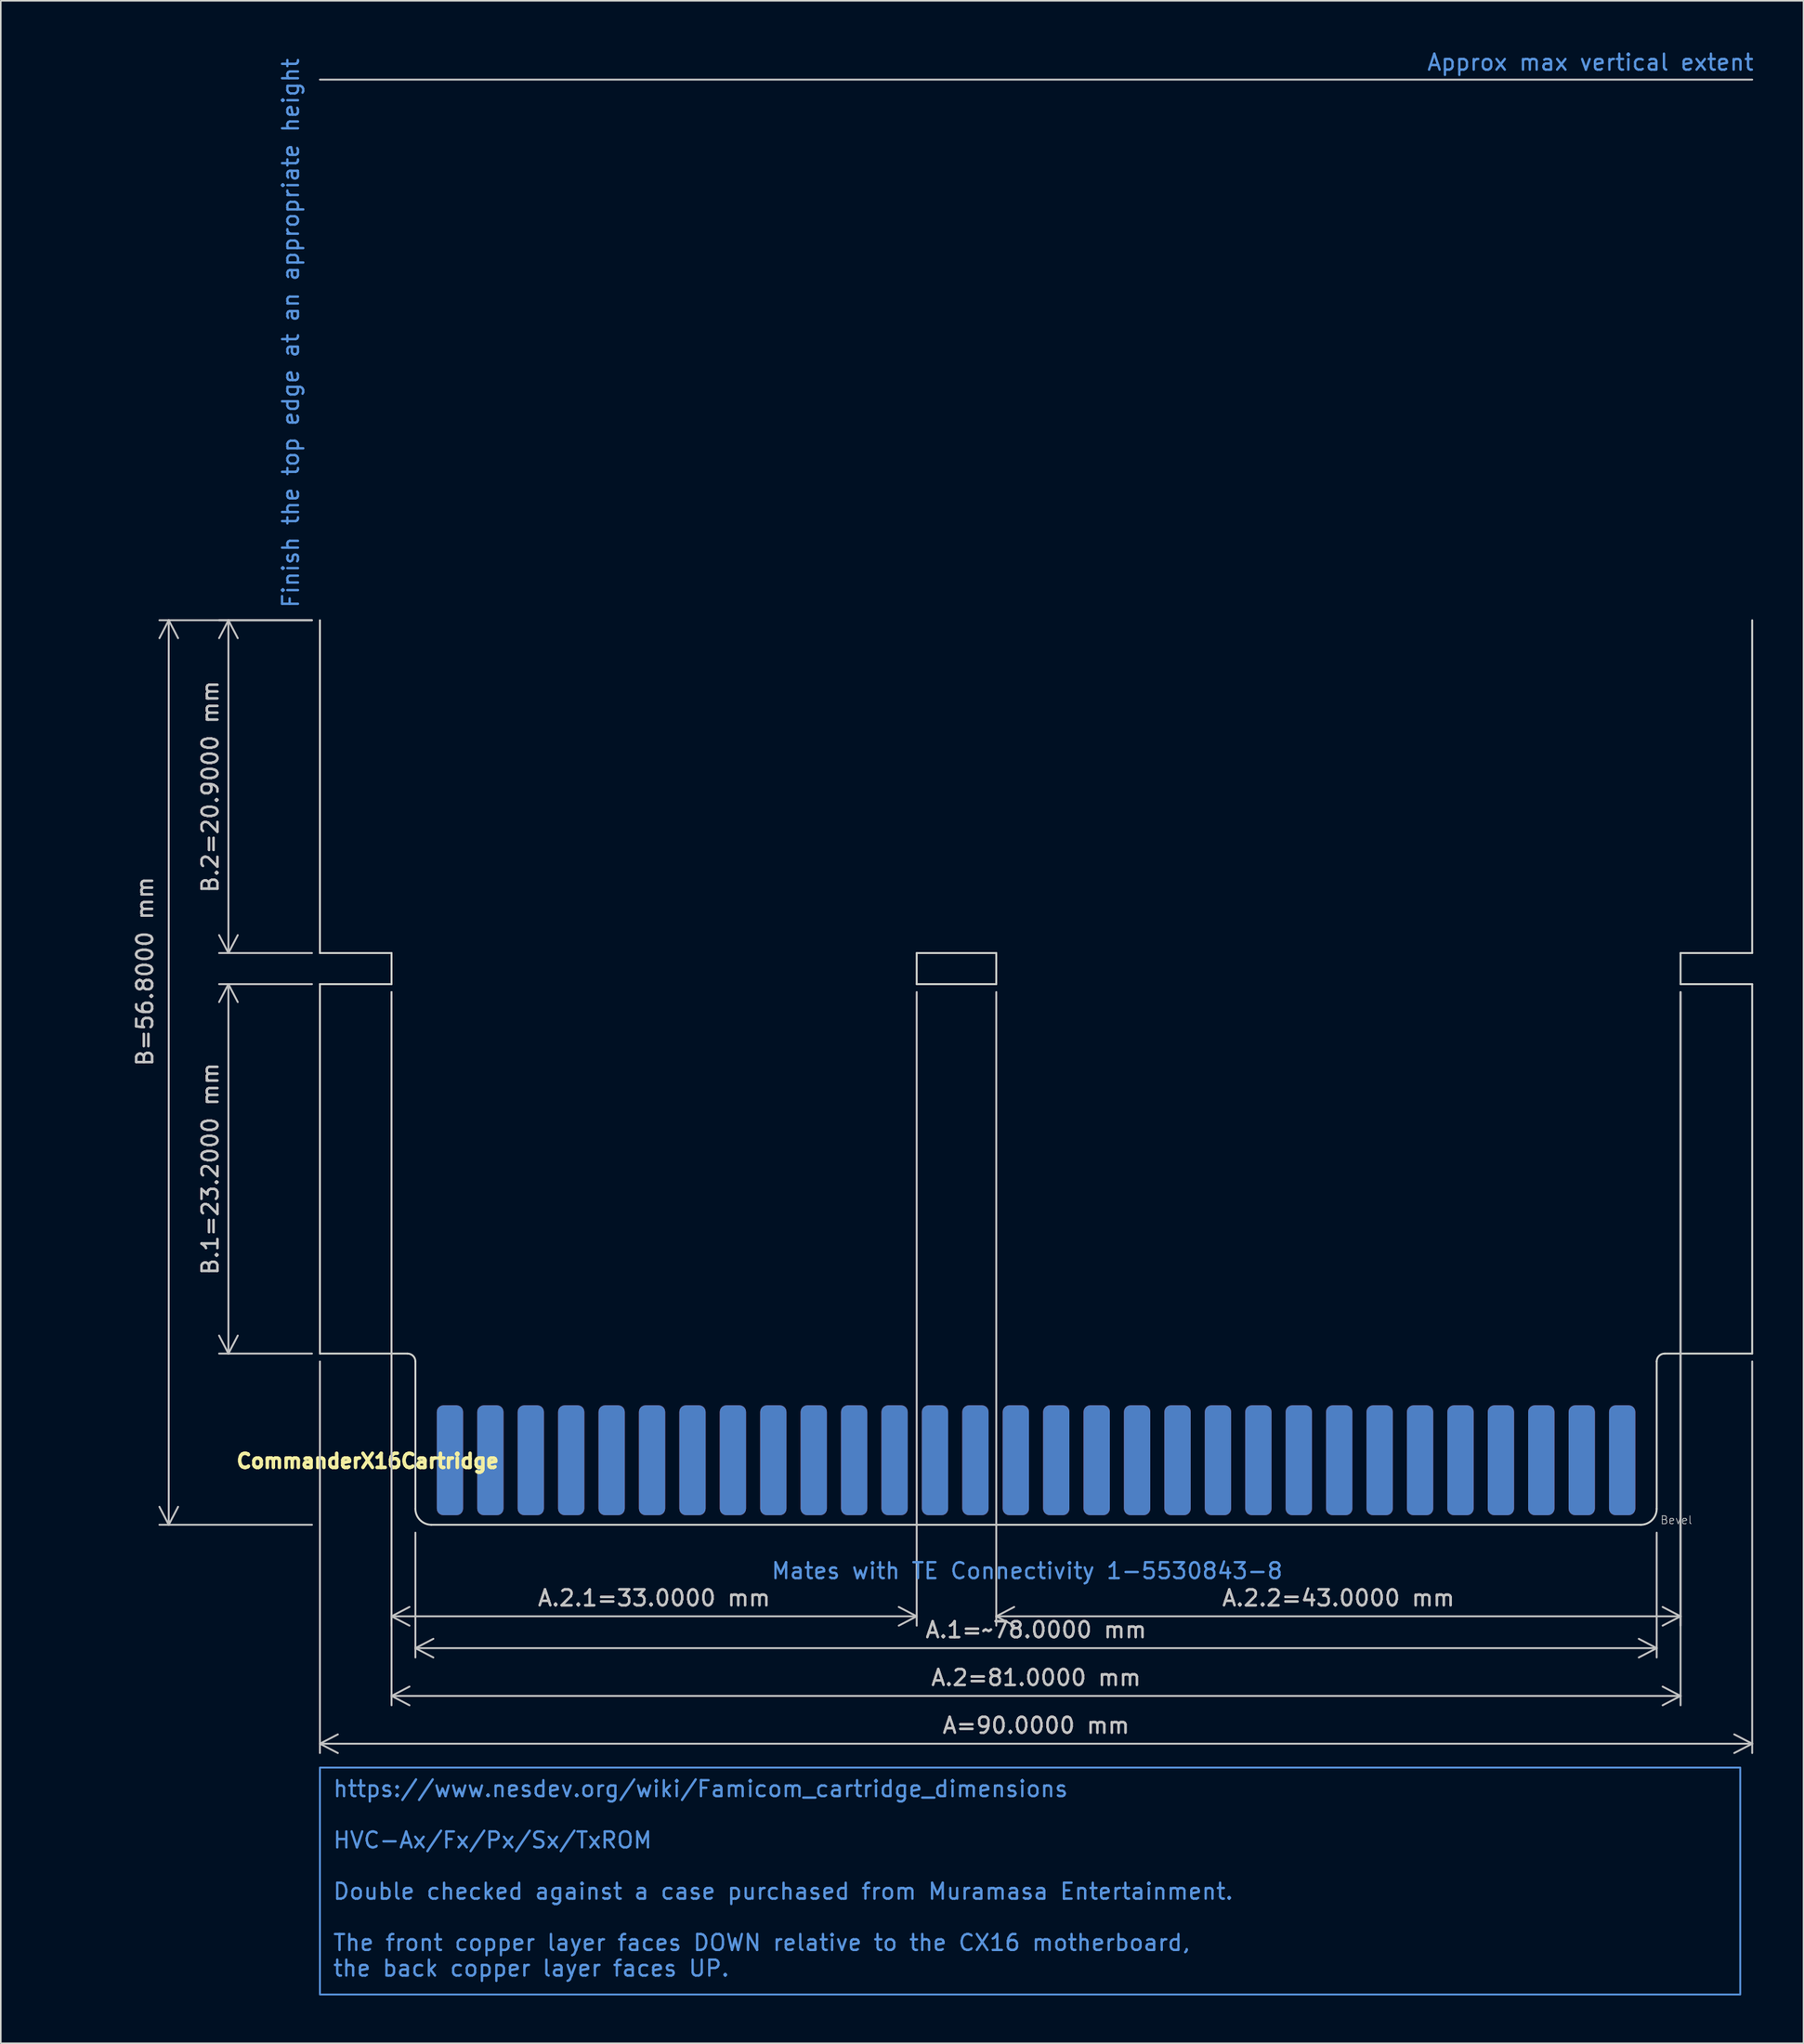
<source format=kicad_pcb>
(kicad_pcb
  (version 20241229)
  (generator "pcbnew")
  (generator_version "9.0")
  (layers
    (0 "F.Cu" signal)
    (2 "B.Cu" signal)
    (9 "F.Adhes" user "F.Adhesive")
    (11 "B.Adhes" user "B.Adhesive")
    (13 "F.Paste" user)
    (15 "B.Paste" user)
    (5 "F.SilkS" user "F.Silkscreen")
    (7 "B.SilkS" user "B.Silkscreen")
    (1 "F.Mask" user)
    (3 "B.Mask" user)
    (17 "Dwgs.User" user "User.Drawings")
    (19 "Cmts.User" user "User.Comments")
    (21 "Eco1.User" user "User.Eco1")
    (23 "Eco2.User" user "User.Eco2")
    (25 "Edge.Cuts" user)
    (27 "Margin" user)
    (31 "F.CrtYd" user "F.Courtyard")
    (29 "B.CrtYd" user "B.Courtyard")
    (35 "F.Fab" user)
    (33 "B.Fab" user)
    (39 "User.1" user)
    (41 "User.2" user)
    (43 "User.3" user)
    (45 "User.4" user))
  (footprint "CommanderX16Cartridge"
    (layer "F.Cu")
    (at 62.054 88.7)
    (property "Reference" "CommanderX16Cartridge" (at -42 0 0) (layer "F.SilkS") (effects (font (size 0.889 0.889) (thickness 0.222))))
    (attr exclude_from_pos_files exclude_from_bom allow_missing_courtyard dnp)
    (fp_line (start 45 -86.75) (end -45 -86.75) (stroke (width 0.12) (type default)) (layer "Dwgs.User"))
    (fp_line (start -45 -52.8) (end -45 -31.9) (stroke (width 0.12) (type default)) (layer "Edge.Cuts"))
    (fp_line (start -45 -31.9) (end -40.5 -31.9) (stroke (width 0.12) (type default)) (layer "Edge.Cuts"))
    (fp_line (start -45 -29.95) (end -40.5 -29.95) (stroke (width 0.12) (type default)) (layer "Edge.Cuts"))
    (fp_line (start -45 -6.75) (end -45 -29.95) (stroke (width 0.12) (type default)) (layer "Edge.Cuts"))
    (fp_line (start -40.5 -31.9) (end -40.5 -29.95) (stroke (width 0.12) (type default)) (layer "Edge.Cuts"))
    (fp_line (start -39.5 -6.75) (end -45 -6.75) (stroke (width 0.12) (type default)) (layer "Edge.Cuts"))
    (fp_line (start -39 -6.25) (end -39 3) (stroke (width 0.12) (type default)) (layer "Edge.Cuts"))
    (fp_line (start -38 4) (end 38 4) (stroke (width 0.12) (type default)) (layer "Edge.Cuts"))
    (fp_line (start -7.5 -31.9) (end -7.5 -29.95) (stroke (width 0.12) (type default)) (layer "Edge.Cuts"))
    (fp_line (start -7.5 -31.9) (end -2.5 -31.9) (stroke (width 0.12) (type default)) (layer "Edge.Cuts"))
    (fp_line (start -2.5 -31.9) (end -2.5 -29.95) (stroke (width 0.12) (type default)) (layer "Edge.Cuts"))
    (fp_line (start -2.5 -29.95) (end -7.5 -29.95) (stroke (width 0.12) (type default)) (layer "Edge.Cuts"))
    (fp_line (start 39 3) (end 39 -6.25) (stroke (width 0.12) (type default)) (layer "Edge.Cuts"))
    (fp_line (start 39.5 -6.75) (end 45 -6.75) (stroke (width 0.12) (type default)) (layer "Edge.Cuts"))
    (fp_line (start 40.5 -31.9) (end 40.5 -29.95) (stroke (width 0.12) (type default)) (layer "Edge.Cuts"))
    (fp_line (start 40.5 -31.9) (end 45 -31.9) (stroke (width 0.12) (type default)) (layer "Edge.Cuts"))
    (fp_line (start 40.5 -29.95) (end 45 -29.95) (stroke (width 0.12) (type default)) (layer "Edge.Cuts"))
    (fp_line (start 45 -52.8) (end 45 -31.9) (stroke (width 0.12) (type default)) (layer "Edge.Cuts"))
    (fp_line (start 45 -6.75) (end 45 -29.95) (stroke (width 0.12) (type default)) (layer "Edge.Cuts"))
    (fp_arc (start -39.5 -6.75) (mid -39.146447 -6.603553) (end -39 -6.25) (stroke (width 0.12) (type default)) (layer "Edge.Cuts"))
    (fp_arc (start -38 4) (mid -38.707107 3.707107) (end -39 3) (stroke (width 0.12) (type default)) (layer "Edge.Cuts"))
    (fp_arc (start 39 -6.25) (mid 39.146447 -6.603553) (end 39.5 -6.75) (stroke (width 0.12) (type default)) (layer "Edge.Cuts"))
    (fp_arc (start 39 3) (mid 38.707107 3.707107) (end 38 4) (stroke (width 0.12) (type default)) (layer "Edge.Cuts"))
    (fp_text user "Bevel" (at 39.2 4 0) (unlocked yes) (layer "Dwgs.User") (effects (font (size 0.5 0.5) (thickness 0.05)) (justify left bottom)))
    (fp_text user "Mates with TE Connectivity 1-5530843-8" (at -16.71 7.48 0) (unlocked yes) (layer "Cmts.User") (effects (font (size 1 1) (thickness 0.15)) (justify left bottom)))
    (fp_text user "Finish the top edge at an appropriate height" (at -46.25 -53.5 90) (unlocked yes) (layer "Cmts.User") (effects (font (size 1 1) (thickness 0.15)) (justify left bottom)))
    (fp_text user "Approx max vertical extent" (at 24.5 -87.25 0) (unlocked yes) (layer "Cmts.User") (effects (font (size 1 1) (thickness 0.15)) (justify left bottom)))
    (fp_text_box "https://www.nesdev.org/wiki/Famicom_cartridge_dimensions\n\nHVC-Ax/Fx/Px/Sx/TxROM\n\nDouble checked against a case purchased from Muramasa Entertainment.\n\nThe front copper layer faces DOWN relative to the CX16 motherboard,\nthe back copper layer faces UP." (start -45 19.25) (end 44.25 33.5) (margins 0.81 0.81 0.81 0.81) (layer "Cmts.User") (effects (font (size 1 1) (thickness 0.15)) (justify left top)) (border yes) (stroke (width 0.12) (type solid)))
    (dimension (type aligned) (layer "Dwgs.User") (pts (xy 23.054 92.7) (xy 101.054 92.7)) (height 7.75) (format (prefix "A.1=~") (suffix "") (units 3) (units_format 1) (precision 4)) (style (thickness 0.12) (arrow_length 1.27) (text_position_mode 0) (arrow_direction outward) (extension_height 0.586) (extension_offset 0.5) (keep_text_aligned yes)) (gr_text "A.1=~78.0000 mm" (at 62.054 99.3 0) (layer "Dwgs.User") (effects (font (size 1 1) (thickness 0.15)))))
    (dimension (type aligned) (layer "Dwgs.User") (pts (xy 21.554 58.75) (xy 54.554 58.75)) (height 39.7) (format (prefix "A.2.1=") (suffix "") (units 3) (units_format 1) (precision 4)) (style (thickness 0.12) (arrow_length 1.27) (text_position_mode 0) (arrow_direction outward) (extension_height 0.586) (extension_offset 0.5) (keep_text_aligned yes)) (gr_text "A.2.1=33.0000 mm" (at 38.054 97.3 0) (layer "Dwgs.User") (effects (font (size 1 1) (thickness 0.15)))))
    (dimension (type aligned) (layer "Dwgs.User") (pts (xy 17.054 81.95) (xy 17.054 58.75)) (height -5.75) (format (prefix "B.1=") (suffix "") (units 3) (units_format 1) (precision 4)) (style (thickness 0.12) (arrow_length 1.27) (text_position_mode 0) (arrow_direction outward) (extension_height 0.586) (extension_offset 0.5) (keep_text_aligned yes)) (gr_text "B.1=23.2000 mm" (at 10.154 70.35 90) (layer "Dwgs.User") (effects (font (size 1 1) (thickness 0.15)))))
    (dimension (type aligned) (layer "Dwgs.User") (pts (xy 59.554 58.75) (xy 102.554 58.75)) (height 39.7) (format (prefix "A.2.2=") (suffix "") (units 3) (units_format 1) (precision 4)) (style (thickness 0.12) (arrow_length 1.27) (text_position_mode 0) (arrow_direction outward) (extension_height 0.586) (extension_offset 0.5) (keep_text_aligned yes)) (gr_text "A.2.2=43.0000 mm" (at 81.054 97.3 0) (layer "Dwgs.User") (effects (font (size 1 1) (thickness 0.15)))))
    (dimension (type aligned) (layer "Dwgs.User") (pts (xy 17.054 81.95) (xy 107.054 81.95)) (height 24.5) (format (prefix "A=") (suffix "") (units 3) (units_format 1) (precision 4)) (style (thickness 0.12) (arrow_length 1.27) (text_position_mode 0) (arrow_direction outward) (extension_height 0.586) (extension_offset 0.5) (keep_text_aligned yes)) (gr_text "A=90.0000 mm" (at 62.054 105.3 0) (layer "Dwgs.User") (effects (font (size 1 1) (thickness 0.15)))))
    (dimension (type aligned) (layer "Dwgs.User") (pts (xy 17.054 56.8) (xy 17.054 35.9)) (height -5.75) (format (prefix "B.2=") (suffix "") (units 3) (units_format 1) (precision 4)) (style (thickness 0.12) (arrow_length 1.27) (text_position_mode 0) (arrow_direction outward) (extension_height 0.586) (extension_offset 0.5) (keep_text_aligned yes)) (gr_text "B.2=20.9000 mm" (at 10.154 46.35 90) (layer "Dwgs.User") (effects (font (size 1 1) (thickness 0.15)))))
    (dimension (type aligned) (layer "Dwgs.User") (pts (xy 17.054 92.7) (xy 17.054 35.9)) (height -9.5) (format (prefix "B=") (suffix "") (units 3) (units_format 1) (precision 4)) (style (thickness 0.12) (arrow_length 1.27) (text_position_mode 2) (arrow_direction outward) (extension_height 0.586) (extension_offset 0.5) (keep_text_aligned yes)) (gr_text "B=56.8000 mm" (at 6.054 57.95 90) (layer "Dwgs.User") (effects (font (size 1 1) (thickness 0.15)))))
    (dimension (type aligned) (layer "Dwgs.User") (pts (xy 21.554 58.75) (xy 102.554 58.75)) (height 44.7) (format (prefix "A.2=") (suffix "") (units 3) (units_format 1) (precision 4)) (style (thickness 0.12) (arrow_length 1.27) (text_position_mode 0) (arrow_direction outward) (extension_height 0.586) (extension_offset 0.5) (keep_text_aligned yes)) (gr_text "A.2=81.0000 mm" (at 62.054 102.3 0) (layer "Dwgs.User") (effects (font (size 1 1) (thickness 0.15)))))
    (pad "1" connect roundrect (at -36.83 -0.05) (size 1.651 6.9) (layers "F.Cu" "F.Mask") (roundrect_rratio 0.25))
    (pad "2" connect roundrect (at -36.83 -0.05 180) (size 1.651 6.9) (layers "B.Cu" "B.Mask") (roundrect_rratio 0.25))
    (pad "3" connect roundrect (at -34.29 -0.05) (size 1.651 6.9) (layers "F.Cu" "F.Mask") (roundrect_rratio 0.25))
    (pad "4" connect roundrect (at -34.29 -0.05 180) (size 1.651 6.9) (layers "B.Cu" "B.Mask") (roundrect_rratio 0.25))
    (pad "5" connect roundrect (at -31.75 -0.05) (size 1.651 6.9) (layers "F.Cu" "F.Mask") (roundrect_rratio 0.25))
    (pad "6" connect roundrect (at -31.75 -0.05 180) (size 1.651 6.9) (layers "B.Cu" "B.Mask") (roundrect_rratio 0.25))
    (pad "7" connect roundrect (at -29.21 -0.05) (size 1.651 6.9) (layers "F.Cu" "F.Mask") (roundrect_rratio 0.25))
    (pad "8" connect roundrect (at -29.21 -0.05 180) (size 1.651 6.9) (layers "B.Cu" "B.Mask") (roundrect_rratio 0.25))
    (pad "9" connect roundrect (at -26.67 -0.05) (size 1.651 6.9) (layers "F.Cu" "F.Mask") (roundrect_rratio 0.25))
    (pad "10" connect roundrect (at -26.67 -0.05 180) (size 1.651 6.9) (layers "B.Cu" "B.Mask") (roundrect_rratio 0.25))
    (pad "11" connect roundrect (at -24.13 -0.05) (size 1.651 6.9) (layers "F.Cu" "F.Mask") (roundrect_rratio 0.25))
    (pad "12" connect roundrect (at -24.13 -0.05 180) (size 1.651 6.9) (layers "B.Cu" "B.Mask") (roundrect_rratio 0.25))
    (pad "13" connect roundrect (at -21.59 -0.05) (size 1.651 6.9) (layers "F.Cu" "F.Mask") (roundrect_rratio 0.25))
    (pad "14" connect roundrect (at -21.59 -0.05 180) (size 1.651 6.9) (layers "B.Cu" "B.Mask") (roundrect_rratio 0.25))
    (pad "15" connect roundrect (at -19.05 -0.05) (size 1.651 6.9) (layers "F.Cu" "F.Mask") (roundrect_rratio 0.25))
    (pad "16" connect roundrect (at -19.05 -0.05 180) (size 1.651 6.9) (layers "B.Cu" "B.Mask") (roundrect_rratio 0.25))
    (pad "17" connect roundrect (at -16.51 -0.05) (size 1.651 6.9) (layers "F.Cu" "F.Mask") (roundrect_rratio 0.25))
    (pad "18" connect roundrect (at -16.51 -0.05 180) (size 1.651 6.9) (layers "B.Cu" "B.Mask") (roundrect_rratio 0.25))
    (pad "19" connect roundrect (at -13.97 -0.05) (size 1.651 6.9) (layers "F.Cu" "F.Mask") (roundrect_rratio 0.25))
    (pad "20" connect roundrect (at -13.97 -0.05 180) (size 1.651 6.9) (layers "B.Cu" "B.Mask") (roundrect_rratio 0.25))
    (pad "21" connect roundrect (at -11.43 -0.05) (size 1.651 6.9) (layers "F.Cu" "F.Mask") (roundrect_rratio 0.25))
    (pad "22" connect roundrect (at -11.43 -0.05 180) (size 1.651 6.9) (layers "B.Cu" "B.Mask") (roundrect_rratio 0.25))
    (pad "23" connect roundrect (at -8.89 -0.05) (size 1.651 6.9) (layers "F.Cu" "F.Mask") (roundrect_rratio 0.25))
    (pad "24" connect roundrect (at -8.89 -0.05 180) (size 1.651 6.9) (layers "B.Cu" "B.Mask") (roundrect_rratio 0.25))
    (pad "25" connect roundrect (at -6.35 -0.05) (size 1.651 6.9) (layers "F.Cu" "F.Mask") (roundrect_rratio 0.25))
    (pad "26" connect roundrect (at -6.35 -0.05 180) (size 1.651 6.9) (layers "B.Cu" "B.Mask") (roundrect_rratio 0.25))
    (pad "27" connect roundrect (at -3.81 -0.05) (size 1.651 6.9) (layers "F.Cu" "F.Mask") (roundrect_rratio 0.25))
    (pad "28" connect roundrect (at -3.81 -0.05 180) (size 1.651 6.9) (layers "B.Cu" "B.Mask") (roundrect_rratio 0.25))
    (pad "29" connect roundrect (at -1.27 -0.05) (size 1.651 6.9) (layers "F.Cu" "F.Mask") (roundrect_rratio 0.25))
    (pad "30" connect roundrect (at -1.27 -0.05 180) (size 1.651 6.9) (layers "B.Cu" "B.Mask") (roundrect_rratio 0.25))
    (pad "31" connect roundrect (at 1.27 -0.05) (size 1.651 6.9) (layers "F.Cu" "F.Mask") (roundrect_rratio 0.25))
    (pad "32" connect roundrect (at 1.27 -0.05 180) (size 1.651 6.9) (layers "B.Cu" "B.Mask") (roundrect_rratio 0.25))
    (pad "33" connect roundrect (at 3.81 -0.05) (size 1.651 6.9) (layers "F.Cu" "F.Mask") (roundrect_rratio 0.25))
    (pad "34" connect roundrect (at 3.81 -0.05 180) (size 1.651 6.9) (layers "B.Cu" "B.Mask") (roundrect_rratio 0.25))
    (pad "35" connect roundrect (at 6.35 -0.05) (size 1.651 6.9) (layers "F.Cu" "F.Mask") (roundrect_rratio 0.25))
    (pad "36" connect roundrect (at 6.35 -0.05 180) (size 1.651 6.9) (layers "B.Cu" "B.Mask") (roundrect_rratio 0.25))
    (pad "37" connect roundrect (at 8.89 -0.05) (size 1.651 6.9) (layers "F.Cu" "F.Mask") (roundrect_rratio 0.25))
    (pad "38" connect roundrect (at 8.89 -0.05 180) (size 1.651 6.9) (layers "B.Cu" "B.Mask") (roundrect_rratio 0.25))
    (pad "39" connect roundrect (at 11.43 -0.05) (size 1.651 6.9) (layers "F.Cu" "F.Mask") (roundrect_rratio 0.25))
    (pad "40" connect roundrect (at 11.43 -0.05 180) (size 1.651 6.9) (layers "B.Cu" "B.Mask") (roundrect_rratio 0.25))
    (pad "41" connect roundrect (at 13.97 -0.05) (size 1.651 6.9) (layers "F.Cu" "F.Mask") (roundrect_rratio 0.25))
    (pad "42" connect roundrect (at 13.97 -0.05 180) (size 1.651 6.9) (layers "B.Cu" "B.Mask") (roundrect_rratio 0.25))
    (pad "43" connect roundrect (at 16.51 -0.05) (size 1.651 6.9) (layers "F.Cu" "F.Mask") (roundrect_rratio 0.25))
    (pad "44" connect roundrect (at 16.51 -0.05 180) (size 1.651 6.9) (layers "B.Cu" "B.Mask") (roundrect_rratio 0.25))
    (pad "45" connect roundrect (at 19.05 -0.05) (size 1.651 6.9) (layers "F.Cu" "F.Mask") (roundrect_rratio 0.25))
    (pad "46" connect roundrect (at 19.05 -0.05 180) (size 1.651 6.9) (layers "B.Cu" "B.Mask") (roundrect_rratio 0.25))
    (pad "47" connect roundrect (at 21.59 -0.05) (size 1.651 6.9) (layers "F.Cu" "F.Mask") (roundrect_rratio 0.25))
    (pad "48" connect roundrect (at 21.59 -0.05 180) (size 1.651 6.9) (layers "B.Cu" "B.Mask") (roundrect_rratio 0.25))
    (pad "49" connect roundrect (at 24.13 -0.05) (size 1.651 6.9) (layers "F.Cu" "F.Mask") (roundrect_rratio 0.25))
    (pad "50" connect roundrect (at 24.13 -0.05 180) (size 1.651 6.9) (layers "B.Cu" "B.Mask") (roundrect_rratio 0.25))
    (pad "51" connect roundrect (at 26.67 -0.05) (size 1.651 6.9) (layers "F.Cu" "F.Mask") (roundrect_rratio 0.25))
    (pad "52" connect roundrect (at 26.67 -0.05 180) (size 1.651 6.9) (layers "B.Cu" "B.Mask") (roundrect_rratio 0.25))
    (pad "53" connect roundrect (at 29.21 -0.05) (size 1.651 6.9) (layers "F.Cu" "F.Mask") (roundrect_rratio 0.25))
    (pad "54" connect roundrect (at 29.21 -0.05 180) (size 1.651 6.9) (layers "B.Cu" "B.Mask") (roundrect_rratio 0.25))
    (pad "55" connect roundrect (at 31.75 -0.05) (size 1.651 6.9) (layers "F.Cu" "F.Mask") (roundrect_rratio 0.25))
    (pad "56" connect roundrect (at 31.75 -0.05 180) (size 1.651 6.9) (layers "B.Cu" "B.Mask") (roundrect_rratio 0.25))
    (pad "57" connect roundrect (at 34.29 -0.05) (size 1.651 6.9) (layers "F.Cu" "F.Mask") (roundrect_rratio 0.25))
    (pad "58" connect roundrect (at 34.29 -0.05 180) (size 1.651 6.9) (layers "B.Cu" "B.Mask") (roundrect_rratio 0.25))
    (pad "59" connect roundrect (at 36.83 -0.05) (size 1.651 6.9) (layers "F.Cu" "F.Mask") (roundrect_rratio 0.25))
    (pad "60" connect roundrect (at 36.83 -0.05 180) (size 1.651 6.9) (layers "B.Cu" "B.Mask") (roundrect_rratio 0.25))
    (zone (net_name "") (layer "F.Cu") (name "Retention pin") (hatch full 0.5) (connect_pads) (min_thickness 0.25) (filled_areas_thickness no) (keepout (tracks allowed) (vias allowed) (pads allowed) (copperpour allowed) (footprints not_allowed)) (placement (enabled no)) (fill) (polygon (pts (xy 28.804 58.2) (xy 31.304 58.2) (xy 31.304 60.7) (xy 28.804 60.7))))
    (zone (net_name "") (layer "F.Cu") (name "Retention pin") (hatch full 0.5) (connect_pads) (min_thickness 0.25) (filled_areas_thickness no) (keepout (tracks allowed) (vias allowed) (pads allowed) (copperpour allowed) (footprints not_allowed)) (placement (enabled no)) (fill) (polygon (pts (xy 92.804 58.2) (xy 95.304 58.2) (xy 95.304 60.7) (xy 92.804 60.7))))
    (zone (net_name "") (layers "F.Cu" "B.Cu") (name "PCB clamping area") (hatch full 0.5) (connect_pads) (min_thickness 0.25) (filled_areas_thickness no) (keepout (tracks allowed) (vias allowed) (pads allowed) (copperpour allowed) (footprints not_allowed)) (placement (enabled no)) (fill) (polygon (pts (xy 23.054 81.95) (xy 101.054 81.95) (xy 101.054 85.2) (xy 23.054 85.2))))
    (zone (net_name "") (layers "F.Cu" "B.Cu" "F.SilkS" "B.SilkS" "F.Adhes" "B.Adhes" "F.Paste" "B.Paste") (name "Bevel routing area") (hatch edge 0.5) (connect_pads) (min_thickness 0.25) (filled_areas_thickness no) (keepout (tracks not_allowed) (vias not_allowed) (pads not_allowed) (copperpour not_allowed) (footprints not_allowed)) (placement (enabled no)) (fill) (polygon (pts (xy 23.054 92.1) (xy 23.054 92.7) (xy 101.054 92.7) (xy 101.054 92.1))))
    (zone (net_name "") (layer "B.Cu") (name "Mounting peg") (hatch full 0.5) (connect_pads) (min_thickness 0.25) (filled_areas_thickness no) (keepout (tracks allowed) (vias allowed) (pads allowed) (copperpour allowed) (footprints not_allowed)) (placement (enabled no)) (fill) (polygon (pts (xy 17.054 54.7) (xy 21.554 54.7) (xy 21.554 61.7) (xy 17.054 61.7))))
    (zone (net_name "") (layer "B.Cu") (name "Mounting peg") (hatch full 0.5) (connect_pads) (min_thickness 0.25) (filled_areas_thickness no) (keepout (tracks allowed) (vias allowed) (pads allowed) (copperpour allowed) (footprints not_allowed)) (placement (enabled no)) (fill) (polygon (pts (xy 21.554 2.7) (xy 21.554 4.7) (xy 17.054 4.7) (xy 17.054 2.7))))
    (zone (net_name "") (layer "B.Cu") (name "Mounting peg") (hatch full 0.5) (connect_pads) (min_thickness 0.25) (filled_areas_thickness no) (keepout (tracks allowed) (vias allowed) (pads allowed) (copperpour allowed) (footprints not_allowed)) (placement (enabled no)) (fill) (polygon (pts (xy 21.554 79.95) (xy 21.554 81.95) (xy 17.054 81.95) (xy 17.054 79.95))))
    (zone (net_name "") (layer "B.Cu") (name "Mounting peg") (hatch full 0.5) (connect_pads) (min_thickness 0.25) (filled_areas_thickness no) (keepout (tracks allowed) (vias allowed) (pads allowed) (copperpour allowed) (footprints not_allowed)) (placement (enabled no)) (fill) (polygon (pts (xy 54.554 54.7) (xy 59.554 54.7) (xy 59.554 61.7) (xy 54.554 61.7))))
    (zone (net_name "") (layer "B.Cu") (name "Retention pin") (hatch full 0.5) (connect_pads) (min_thickness 0.25) (filled_areas_thickness no) (keepout (tracks allowed) (vias allowed) (pads allowed) (copperpour allowed) (footprints not_allowed)) (placement (enabled no)) (fill) (polygon (pts (xy 60.554 35.2) (xy 63.554 35.2) (xy 63.554 38.2) (xy 60.554 38.2))))
    (zone (net_name "") (layer "B.Cu") (name "Mounting peg") (hatch full 0.5) (connect_pads) (min_thickness 0.25) (filled_areas_thickness no) (keepout (tracks allowed) (vias allowed) (pads allowed) (copperpour allowed) (footprints not_allowed)) (placement (enabled no)) (fill) (polygon (pts (xy 102.554 54.7) (xy 107.054 54.7) (xy 107.054 61.7) (xy 102.554 61.7))))
    (zone (net_name "") (layer "B.Cu") (name "Mounting peg") (hatch full 0.5) (connect_pads) (min_thickness 0.25) (filled_areas_thickness no) (keepout (tracks allowed) (vias allowed) (pads allowed) (copperpour allowed) (footprints not_allowed)) (placement (enabled no)) (fill) (polygon (pts (xy 107.054 2.7) (xy 107.054 4.7) (xy 102.554 4.7) (xy 102.554 2.7))))
    (zone (net_name "") (layer "B.Cu") (name "Mounting peg") (hatch full 0.5) (connect_pads) (min_thickness 0.25) (filled_areas_thickness no) (keepout (tracks allowed) (vias allowed) (pads allowed) (copperpour allowed) (footprints not_allowed)) (placement (enabled no)) (fill) (polygon (pts (xy 107.054 79.95) (xy 107.054 81.95) (xy 102.554 81.95) (xy 102.554 79.95)))))
  (gr_rect
    (start -3 -3)
    (end 110.28 125.26)
    (stroke (width 0.1) (type default))
    (fill no)
    (layer "Edge.Cuts")))
</source>
